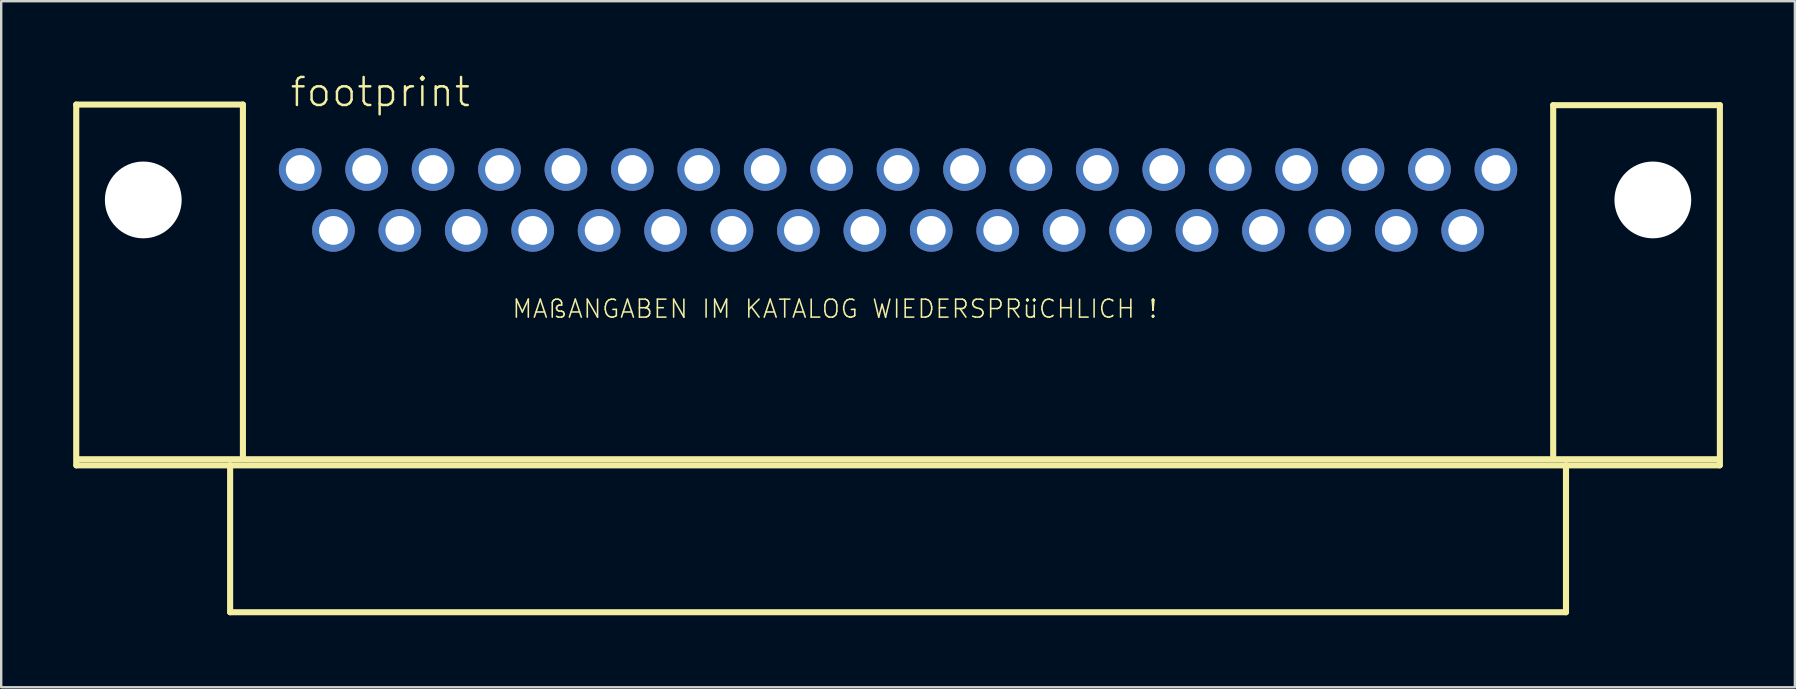
<source format=kicad_pcb>
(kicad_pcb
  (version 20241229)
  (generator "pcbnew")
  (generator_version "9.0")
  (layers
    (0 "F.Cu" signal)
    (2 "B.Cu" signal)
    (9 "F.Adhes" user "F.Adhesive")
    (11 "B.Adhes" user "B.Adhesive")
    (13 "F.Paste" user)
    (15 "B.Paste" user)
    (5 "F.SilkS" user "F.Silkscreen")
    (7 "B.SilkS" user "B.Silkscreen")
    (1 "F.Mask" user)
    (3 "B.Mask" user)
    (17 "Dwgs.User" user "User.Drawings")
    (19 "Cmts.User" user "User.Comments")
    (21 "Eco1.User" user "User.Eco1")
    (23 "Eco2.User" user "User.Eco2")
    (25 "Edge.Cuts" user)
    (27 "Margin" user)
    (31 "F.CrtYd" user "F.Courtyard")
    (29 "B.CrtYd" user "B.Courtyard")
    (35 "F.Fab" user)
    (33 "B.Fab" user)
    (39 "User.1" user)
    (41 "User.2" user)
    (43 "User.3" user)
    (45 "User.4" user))
  (footprint "footprint"
    (layer "F.Cu")
    (at 34.379 5.283)
    (property "Reference" "footprint" (at -25.4 -3.81 0) (layer "F.SilkS") (effects (font (size 1.168 1.168) (thickness 0.102)) (justify left bottom)))
    (fp_line (start -34.252 -3.975) (end -27.305 -3.975) (stroke (width 0.254) (type solid)) (layer "F.SilkS"))
    (fp_line (start -34.252 11.062) (end -34.252 -3.975) (stroke (width 0.254) (type solid)) (layer "F.SilkS"))
    (fp_line (start -34.214 10.808) (end 34.239 10.808) (stroke (width 0.254) (type solid)) (layer "F.SilkS"))
    (fp_line (start -27.838 11.062) (end -34.239 11.062) (stroke (width 0.254) (type solid)) (layer "F.SilkS"))
    (fp_line (start -27.838 11.062) (end 27.838 11.062) (stroke (width 0.254) (type solid)) (layer "F.SilkS"))
    (fp_line (start -27.838 17.183) (end -27.838 11.062) (stroke (width 0.254) (type solid)) (layer "F.SilkS"))
    (fp_line (start -27.305 -3.975) (end -27.305 10.668) (stroke (width 0.254) (type solid)) (layer "F.SilkS"))
    (fp_line (start 27.305 -3.95) (end 27.305 10.668) (stroke (width 0.254) (type solid)) (layer "F.SilkS"))
    (fp_line (start 27.838 11.062) (end 27.838 17.183) (stroke (width 0.254) (type solid)) (layer "F.SilkS"))
    (fp_line (start 27.838 17.183) (end -27.838 17.183) (stroke (width 0.254) (type solid)) (layer "F.SilkS"))
    (fp_line (start 34.239 11.062) (end 27.838 11.062) (stroke (width 0.254) (type solid)) (layer "F.SilkS"))
    (fp_line (start 34.252 -3.95) (end 27.305 -3.95) (stroke (width 0.254) (type solid)) (layer "F.SilkS"))
    (fp_line (start 34.252 -3.95) (end 34.252 11.062) (stroke (width 0.254) (type solid)) (layer "F.SilkS"))
    (fp_text user "MAßANGABEN IM KATALOG WIEDERSPRüCHLICH !" (at -16.129 4.978 0) (layer "F.SilkS") (effects (font (size 0.748 0.748) (thickness 0.065)) (justify left bottom)))
    (pad "" np_thru_hole circle (at -31.458 0) (size 3.2 3.2) (drill 3.2) (layers "*.Cu" "*.Mask"))
    (pad "" np_thru_hole circle (at 31.458 0) (size 3.2 3.2) (drill 3.2) (layers "*.Cu" "*.Mask"))
    (pad "1" thru_hole circle (at 24.917 -1.27) (size 1.778 1.778) (drill 1.2) (layers "*.Cu" "*.Mask"))
    (pad "2" thru_hole circle (at 22.149 -1.27) (size 1.778 1.778) (drill 1.2) (layers "*.Cu" "*.Mask"))
    (pad "3" thru_hole circle (at 19.38 -1.27) (size 1.778 1.778) (drill 1.2) (layers "*.Cu" "*.Mask"))
    (pad "4" thru_hole circle (at 16.612 -1.27) (size 1.778 1.778) (drill 1.2) (layers "*.Cu" "*.Mask"))
    (pad "5" thru_hole circle (at 13.843 -1.27) (size 1.778 1.778) (drill 1.2) (layers "*.Cu" "*.Mask"))
    (pad "6" thru_hole circle (at 11.074 -1.27) (size 1.778 1.778) (drill 1.2) (layers "*.Cu" "*.Mask"))
    (pad "7" thru_hole circle (at 8.306 -1.27) (size 1.778 1.778) (drill 1.2) (layers "*.Cu" "*.Mask"))
    (pad "8" thru_hole circle (at 5.537 -1.27) (size 1.778 1.778) (drill 1.2) (layers "*.Cu" "*.Mask"))
    (pad "9" thru_hole circle (at 2.769 -1.27) (size 1.778 1.778) (drill 1.2) (layers "*.Cu" "*.Mask"))
    (pad "10" thru_hole circle (at 0 -1.27) (size 1.778 1.778) (drill 1.2) (layers "*.Cu" "*.Mask"))
    (pad "11" thru_hole circle (at -2.769 -1.27) (size 1.778 1.778) (drill 1.2) (layers "*.Cu" "*.Mask"))
    (pad "12" thru_hole circle (at -5.537 -1.27) (size 1.778 1.778) (drill 1.2) (layers "*.Cu" "*.Mask"))
    (pad "13" thru_hole circle (at -8.306 -1.27) (size 1.778 1.778) (drill 1.2) (layers "*.Cu" "*.Mask"))
    (pad "14" thru_hole circle (at -11.074 -1.27) (size 1.778 1.778) (drill 1.2) (layers "*.Cu" "*.Mask"))
    (pad "15" thru_hole circle (at -13.843 -1.27) (size 1.778 1.778) (drill 1.2) (layers "*.Cu" "*.Mask"))
    (pad "16" thru_hole circle (at -16.612 -1.27) (size 1.778 1.778) (drill 1.2) (layers "*.Cu" "*.Mask"))
    (pad "17" thru_hole circle (at -19.38 -1.27) (size 1.778 1.778) (drill 1.2) (layers "*.Cu" "*.Mask"))
    (pad "18" thru_hole circle (at -22.149 -1.27) (size 1.778 1.778) (drill 1.2) (layers "*.Cu" "*.Mask"))
    (pad "19" thru_hole circle (at -24.917 -1.27) (size 1.778 1.778) (drill 1.2) (layers "*.Cu" "*.Mask"))
    (pad "20" thru_hole circle (at 23.533 1.27) (size 1.778 1.778) (drill 1.2) (layers "*.Cu" "*.Mask"))
    (pad "21" thru_hole circle (at 20.765 1.27) (size 1.778 1.778) (drill 1.2) (layers "*.Cu" "*.Mask"))
    (pad "22" thru_hole circle (at 17.996 1.27) (size 1.778 1.778) (drill 1.2) (layers "*.Cu" "*.Mask"))
    (pad "23" thru_hole circle (at 15.227 1.27) (size 1.778 1.778) (drill 1.2) (layers "*.Cu" "*.Mask"))
    (pad "24" thru_hole circle (at 12.459 1.27) (size 1.778 1.778) (drill 1.2) (layers "*.Cu" "*.Mask"))
    (pad "25" thru_hole circle (at 9.69 1.27) (size 1.778 1.778) (drill 1.2) (layers "*.Cu" "*.Mask"))
    (pad "26" thru_hole circle (at 6.921 1.27) (size 1.778 1.778) (drill 1.2) (layers "*.Cu" "*.Mask"))
    (pad "27" thru_hole circle (at 4.153 1.27) (size 1.778 1.778) (drill 1.2) (layers "*.Cu" "*.Mask"))
    (pad "28" thru_hole circle (at 1.384 1.27) (size 1.778 1.778) (drill 1.2) (layers "*.Cu" "*.Mask"))
    (pad "29" thru_hole circle (at -1.384 1.27) (size 1.778 1.778) (drill 1.2) (layers "*.Cu" "*.Mask"))
    (pad "30" thru_hole circle (at -4.153 1.27) (size 1.778 1.778) (drill 1.2) (layers "*.Cu" "*.Mask"))
    (pad "31" thru_hole circle (at -6.921 1.27) (size 1.778 1.778) (drill 1.2) (layers "*.Cu" "*.Mask"))
    (pad "32" thru_hole circle (at -9.69 1.27) (size 1.778 1.778) (drill 1.2) (layers "*.Cu" "*.Mask"))
    (pad "33" thru_hole circle (at -12.459 1.27) (size 1.778 1.778) (drill 1.2) (layers "*.Cu" "*.Mask"))
    (pad "34" thru_hole circle (at -15.227 1.27) (size 1.778 1.778) (drill 1.2) (layers "*.Cu" "*.Mask"))
    (pad "35" thru_hole circle (at -17.996 1.27) (size 1.778 1.778) (drill 1.2) (layers "*.Cu" "*.Mask"))
    (pad "36" thru_hole circle (at -20.765 1.27) (size 1.778 1.778) (drill 1.2) (layers "*.Cu" "*.Mask"))
    (pad "37" thru_hole circle (at -23.533 1.27) (size 1.778 1.778) (drill 1.2) (layers "*.Cu" "*.Mask")))
  (gr_rect
    (start -3 -3)
    (end 71.758 25.593)
    (stroke (width 0.1) (type default))
    (fill no)
    (layer "Edge.Cuts")))
</source>
